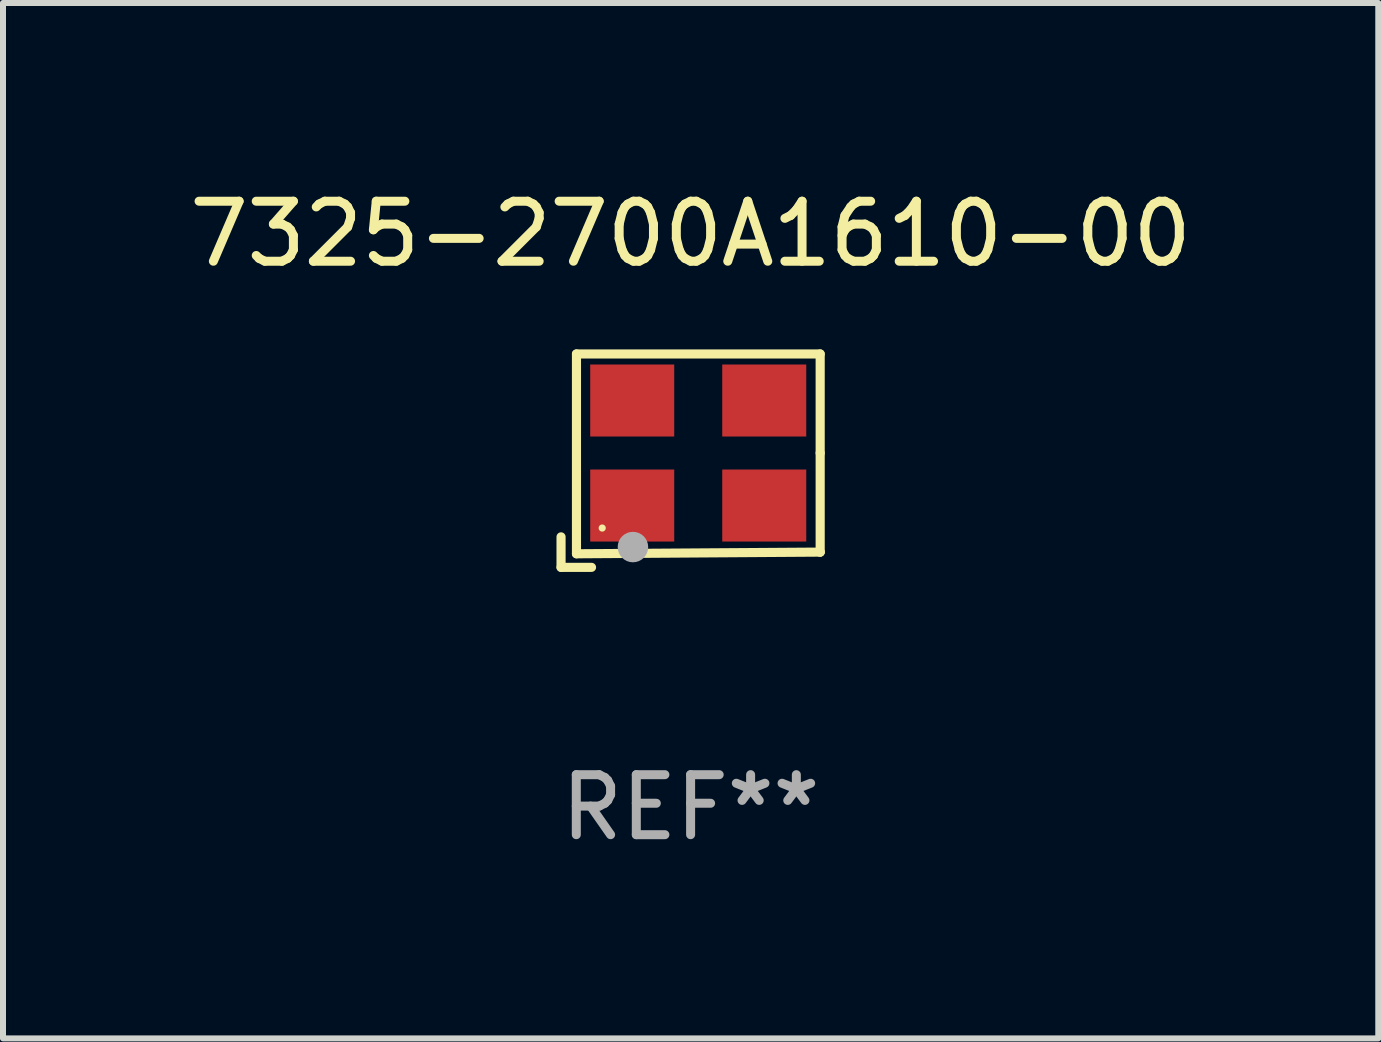
<source format=kicad_pcb>
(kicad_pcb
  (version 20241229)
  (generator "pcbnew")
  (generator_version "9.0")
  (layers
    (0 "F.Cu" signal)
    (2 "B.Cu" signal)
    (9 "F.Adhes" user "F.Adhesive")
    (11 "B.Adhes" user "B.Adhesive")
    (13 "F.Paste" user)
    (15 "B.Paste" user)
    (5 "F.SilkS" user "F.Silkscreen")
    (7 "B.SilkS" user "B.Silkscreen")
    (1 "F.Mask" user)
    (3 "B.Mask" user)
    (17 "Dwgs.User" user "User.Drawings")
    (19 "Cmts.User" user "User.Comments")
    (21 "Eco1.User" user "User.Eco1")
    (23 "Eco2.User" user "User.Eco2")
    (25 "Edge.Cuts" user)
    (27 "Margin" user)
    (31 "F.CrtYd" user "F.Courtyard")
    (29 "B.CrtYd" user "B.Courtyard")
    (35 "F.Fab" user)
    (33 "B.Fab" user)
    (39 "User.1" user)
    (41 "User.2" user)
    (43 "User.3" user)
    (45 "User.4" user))
  (footprint "7325-2700A1610-00"
    (layer "F.Cu")
    (at 8.458 4.626)
    (property "Reference" "7325-2700A1610-00" (at 0 -3.778 0) (layer "F.SilkS") (effects (font (size 1 1) (thickness 0.15))))
    (attr through_hole)
    (fp_line (start -2.159 1.27) (end -2.159 1.778) (stroke (width 0.152) (type solid)) (layer "F.SilkS"))
    (fp_line (start -2.159 1.778) (end -1.651 1.778) (stroke (width 0.152) (type solid)) (layer "F.SilkS"))
    (fp_line (start -1.902 -1.778) (end 2.159 -1.778) (stroke (width 0.152) (type solid)) (layer "F.SilkS"))
    (fp_line (start -1.902 1.552) (end -1.902 -1.778) (stroke (width 0.152) (type solid)) (layer "F.SilkS"))
    (fp_line (start 2.159 -1.778) (end 2.159 -0.127) (stroke (width 0.152) (type solid)) (layer "F.SilkS"))
    (fp_line (start 2.159 -0.127) (end 2.159 1.524) (stroke (width 0.152) (type solid)) (layer "F.SilkS"))
    (fp_line (start 2.159 1.524) (end -1.902 1.552) (stroke (width 0.152) (type solid)) (layer "F.SilkS"))
    (fp_line (start 2.159 1.524) (end 2.159 1.524) (stroke (width 0.152) (type solid)) (layer "F.SilkS"))
    (fp_circle (center -1.473 1.123) (end -1.443 1.123) (stroke (width 0.06) (type solid)) (fill no) (layer "F.SilkS"))
    (fp_circle (center -0.961 1.44) (end -0.834 1.44) (stroke (width 0.254) (type solid)) (fill no) (layer "F.Fab"))
    (fp_text user "REF**" (at 0 5.778 0) (layer "F.Fab") (effects (font (size 1 1) (thickness 0.15))))
    (pad "1" smd rect (at -0.973 0.748) (size 1.4 1.2) (layers "F.Cu" "F.Mask" "F.Paste"))
    (pad "2" smd rect (at 1.227 0.748) (size 1.4 1.2) (layers "F.Cu" "F.Mask" "F.Paste"))
    (pad "3" smd rect (at 1.227 -1.002) (size 1.4 1.2) (layers "F.Cu" "F.Mask" "F.Paste"))
    (pad "4" smd rect (at -0.973 -1.002) (size 1.4 1.2) (layers "F.Cu" "F.Mask" "F.Paste")))
  (gr_rect
    (start -3 -3)
    (end 19.917 14.253)
    (stroke (width 0.1) (type default))
    (fill no)
    (layer "Edge.Cuts")))
</source>
